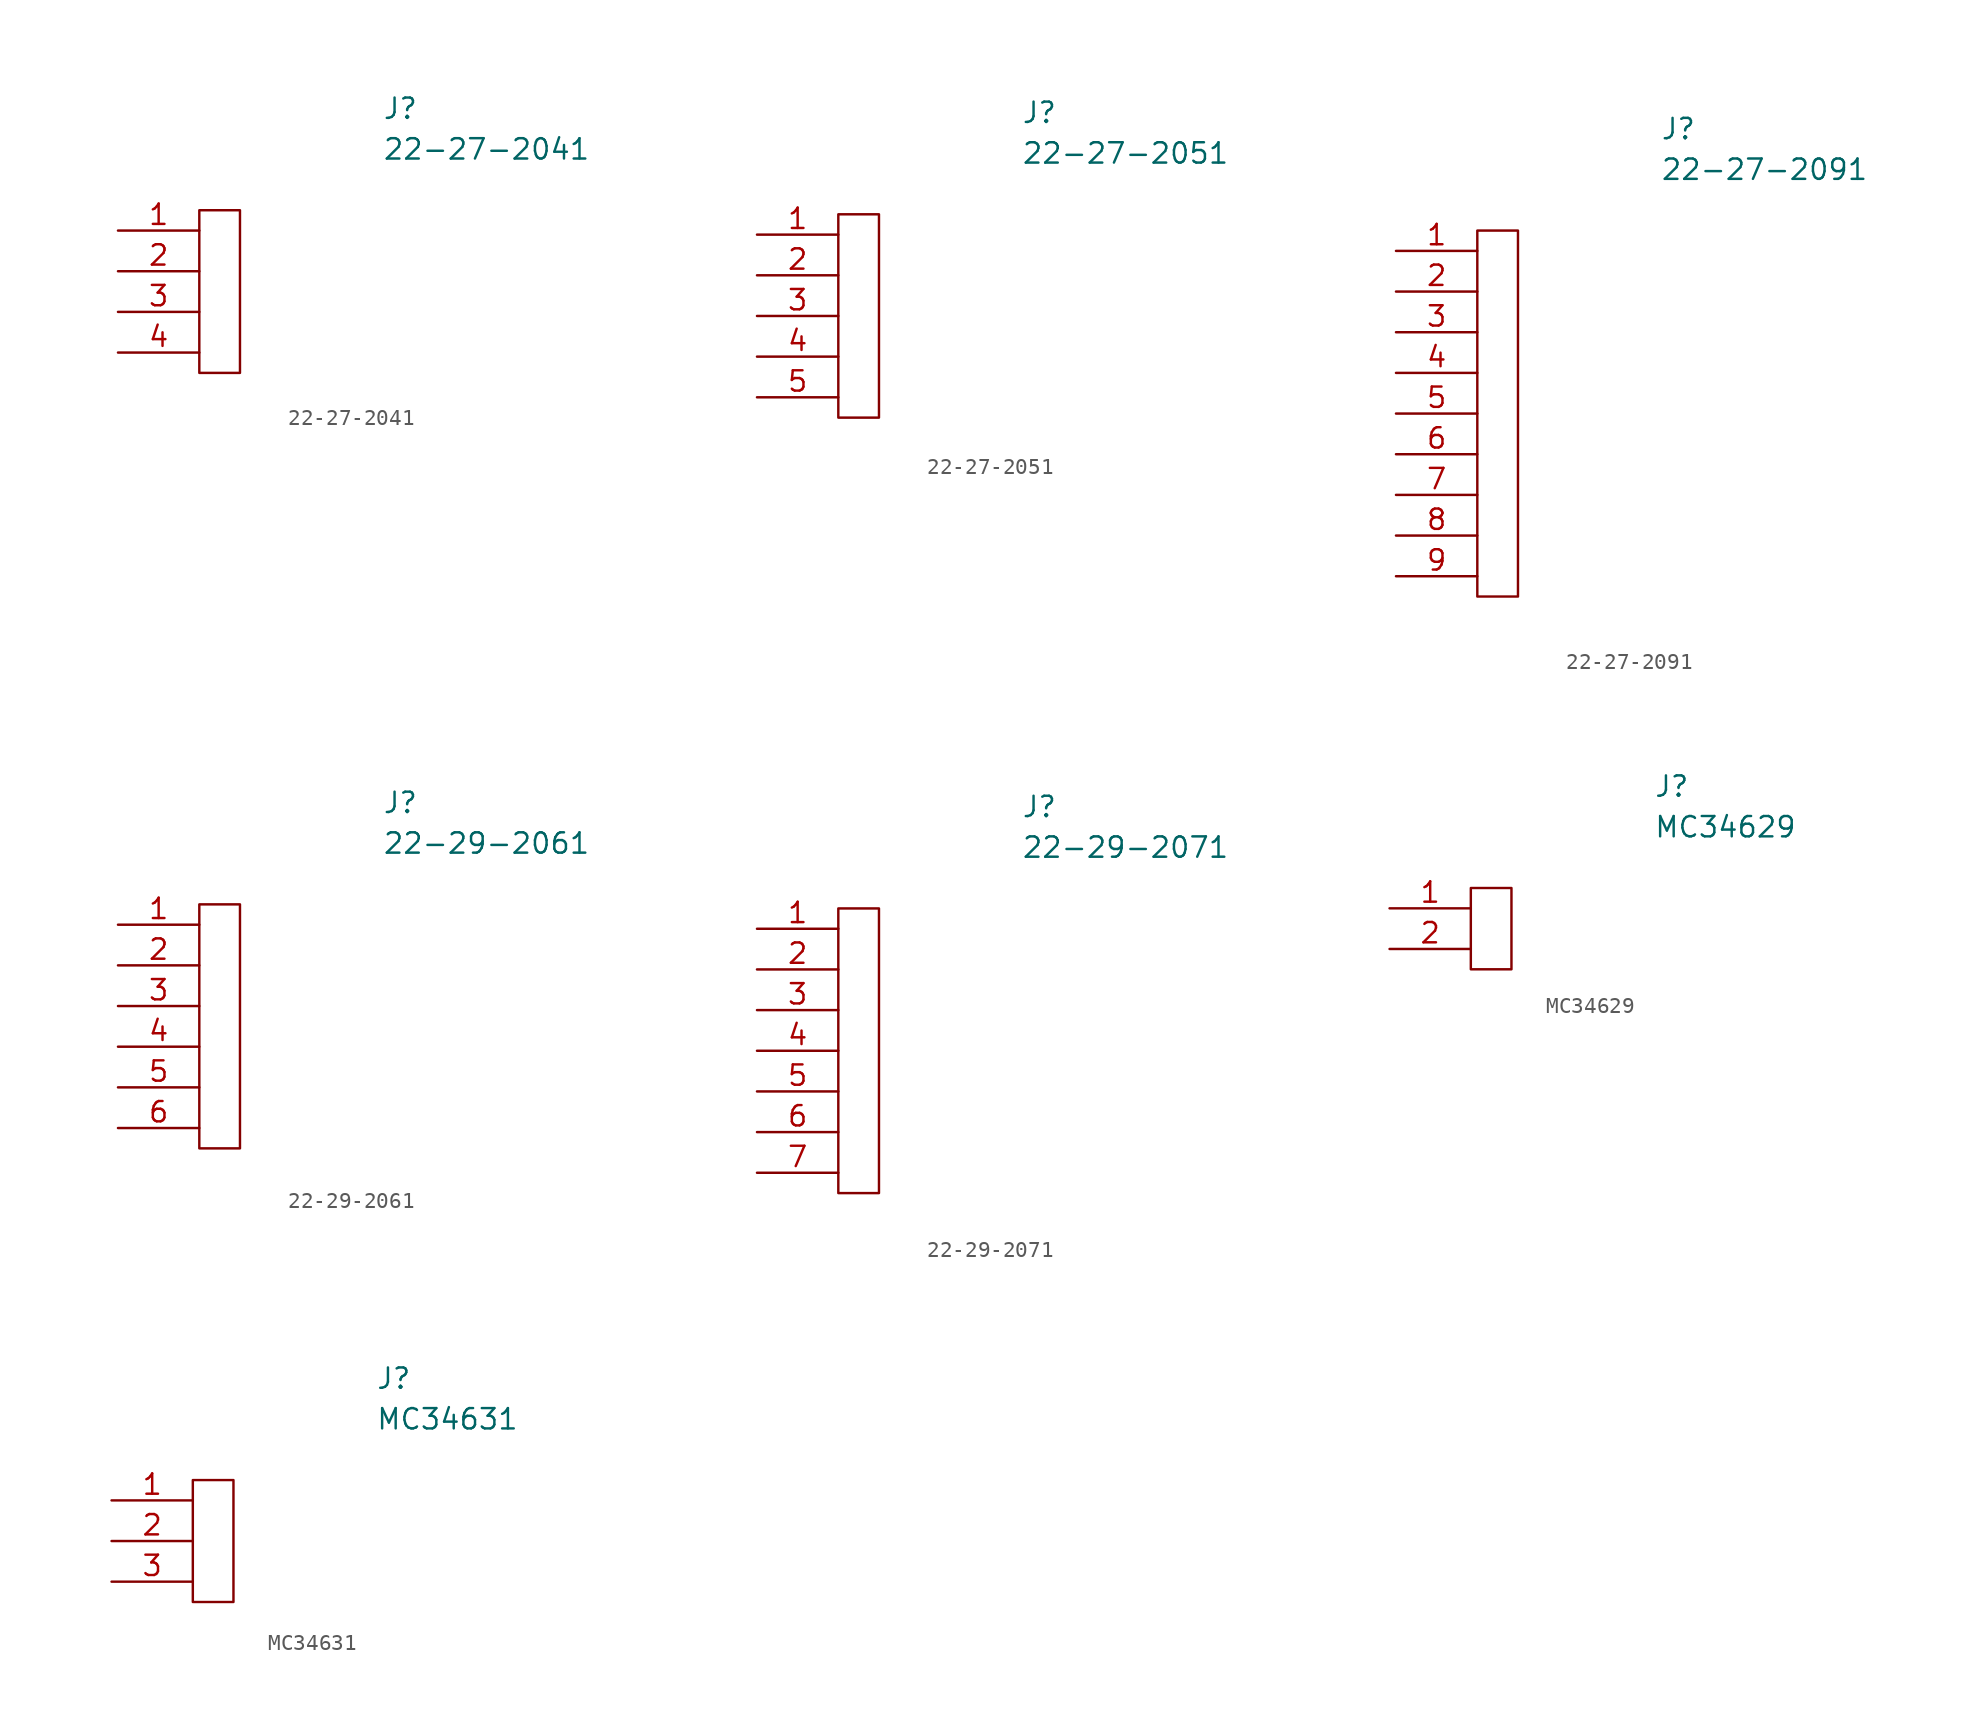
<source format=kicad_sym>
(kicad_symbol_lib
  (version 20220914)
  (generator kicad_symbol_editor)
  (symbol "22-27-2041"
    (pin_names
      (offset 0.762))
    (property "Reference" "J"
      (at 16.51 7.62 0)
      (effects (font (size 1.27 1.27)) (justify left)))
    (property "Value" "22-27-2041"
      (at 16.51 5.08 0)
      (effects (font (size 1.27 1.27)) (justify left)))
    (symbol "22-27-2041_0_1"
      (polyline (pts (xy 5.08 1.27) (xy 7.62 1.27) (xy 7.62 -8.89) (xy 5.08 -8.89) (xy 5.08 1.27)) (stroke (width 0.152) (type solid)) (fill (type none))))
    (symbol "22-27-2041_1_0"
      (pin passive line (at 0 0 0) (length 5.08) (name "" (effects (font (size 1.27 1.27)))) (number "1" (effects (font (size 1.27 1.27)))))
      (pin passive line (at 0 -2.54 0) (length 5.08) (name "" (effects (font (size 1.27 1.27)))) (number "2" (effects (font (size 1.27 1.27)))))
      (pin passive line (at 0 -5.08 0) (length 5.08) (name "" (effects (font (size 1.27 1.27)))) (number "3" (effects (font (size 1.27 1.27)))))
      (pin passive line (at 0 -7.62 0) (length 5.08) (name "" (effects (font (size 1.27 1.27)))) (number "4" (effects (font (size 1.27 1.27)))))))
  (symbol "22-27-2051"
    (pin_names
      (offset 0.762))
    (property "Reference" "J"
      (at 16.51 7.62 0)
      (effects (font (size 1.27 1.27)) (justify left)))
    (property "Value" "22-27-2051"
      (at 16.51 5.08 0)
      (effects (font (size 1.27 1.27)) (justify left)))
    (symbol "22-27-2051_0_1"
      (polyline (pts (xy 5.08 1.27) (xy 7.62 1.27) (xy 7.62 -11.43) (xy 5.08 -11.43) (xy 5.08 1.27)) (stroke (width 0.152) (type solid)) (fill (type none))))
    (symbol "22-27-2051_1_0"
      (pin passive line (at 0 0 0) (length 5.08) (name "" (effects (font (size 1.27 1.27)))) (number "1" (effects (font (size 1.27 1.27)))))
      (pin passive line (at 0 -2.54 0) (length 5.08) (name "" (effects (font (size 1.27 1.27)))) (number "2" (effects (font (size 1.27 1.27)))))
      (pin passive line (at 0 -5.08 0) (length 5.08) (name "" (effects (font (size 1.27 1.27)))) (number "3" (effects (font (size 1.27 1.27)))))
      (pin passive line (at 0 -7.62 0) (length 5.08) (name "" (effects (font (size 1.27 1.27)))) (number "4" (effects (font (size 1.27 1.27)))))
      (pin passive line (at 0 -10.16 0) (length 5.08) (name "" (effects (font (size 1.27 1.27)))) (number "5" (effects (font (size 1.27 1.27)))))))
  (symbol "22-27-2091"
    (pin_names
      (offset 0.762))
    (property "Reference" "J"
      (at 16.51 7.62 0)
      (effects (font (size 1.27 1.27)) (justify left)))
    (property "Value" "22-27-2091"
      (at 16.51 5.08 0)
      (effects (font (size 1.27 1.27)) (justify left)))
    (symbol "22-27-2091_0_1"
      (polyline (pts (xy 5.08 1.27) (xy 7.62 1.27) (xy 7.62 -21.59) (xy 5.08 -21.59) (xy 5.08 1.27)) (stroke (width 0.152) (type solid)) (fill (type none))))
    (symbol "22-27-2091_1_0"
      (pin passive line (at 0 0 0) (length 5.08) (name "" (effects (font (size 1.27 1.27)))) (number "1" (effects (font (size 1.27 1.27)))))
      (pin passive line (at 0 -2.54 0) (length 5.08) (name "" (effects (font (size 1.27 1.27)))) (number "2" (effects (font (size 1.27 1.27)))))
      (pin passive line (at 0 -5.08 0) (length 5.08) (name "" (effects (font (size 1.27 1.27)))) (number "3" (effects (font (size 1.27 1.27)))))
      (pin passive line (at 0 -7.62 0) (length 5.08) (name "" (effects (font (size 1.27 1.27)))) (number "4" (effects (font (size 1.27 1.27)))))
      (pin passive line (at 0 -10.16 0) (length 5.08) (name "" (effects (font (size 1.27 1.27)))) (number "5" (effects (font (size 1.27 1.27)))))
      (pin passive line (at 0 -12.7 0) (length 5.08) (name "" (effects (font (size 1.27 1.27)))) (number "6" (effects (font (size 1.27 1.27)))))
      (pin passive line (at 0 -15.24 0) (length 5.08) (name "" (effects (font (size 1.27 1.27)))) (number "7" (effects (font (size 1.27 1.27)))))
      (pin passive line (at 0 -17.78 0) (length 5.08) (name "" (effects (font (size 1.27 1.27)))) (number "8" (effects (font (size 1.27 1.27)))))
      (pin passive line (at 0 -20.32 0) (length 5.08) (name "" (effects (font (size 1.27 1.27)))) (number "9" (effects (font (size 1.27 1.27)))))))
  (symbol "22-29-2061"
    (pin_names
      (offset 0.762))
    (property "Reference" "J"
      (at 16.51 7.62 0)
      (effects (font (size 1.27 1.27)) (justify left)))
    (property "Value" "22-29-2061"
      (at 16.51 5.08 0)
      (effects (font (size 1.27 1.27)) (justify left)))
    (symbol "22-29-2061_0_1"
      (polyline (pts (xy 5.08 1.27) (xy 7.62 1.27) (xy 7.62 -13.97) (xy 5.08 -13.97) (xy 5.08 1.27)) (stroke (width 0.152) (type solid)) (fill (type none))))
    (symbol "22-29-2061_1_0"
      (pin passive line (at 0 0 0) (length 5.08) (name "" (effects (font (size 1.27 1.27)))) (number "1" (effects (font (size 1.27 1.27)))))
      (pin passive line (at 0 -2.54 0) (length 5.08) (name "" (effects (font (size 1.27 1.27)))) (number "2" (effects (font (size 1.27 1.27)))))
      (pin passive line (at 0 -5.08 0) (length 5.08) (name "" (effects (font (size 1.27 1.27)))) (number "3" (effects (font (size 1.27 1.27)))))
      (pin passive line (at 0 -7.62 0) (length 5.08) (name "" (effects (font (size 1.27 1.27)))) (number "4" (effects (font (size 1.27 1.27)))))
      (pin passive line (at 0 -10.16 0) (length 5.08) (name "" (effects (font (size 1.27 1.27)))) (number "5" (effects (font (size 1.27 1.27)))))
      (pin passive line (at 0 -12.7 0) (length 5.08) (name "" (effects (font (size 1.27 1.27)))) (number "6" (effects (font (size 1.27 1.27)))))))
  (symbol "22-29-2071"
    (pin_names
      (offset 0.762))
    (property "Reference" "J"
      (at 16.51 7.62 0)
      (effects (font (size 1.27 1.27)) (justify left)))
    (property "Value" "22-29-2071"
      (at 16.51 5.08 0)
      (effects (font (size 1.27 1.27)) (justify left)))
    (symbol "22-29-2071_0_1"
      (polyline (pts (xy 5.08 1.27) (xy 7.62 1.27) (xy 7.62 -16.51) (xy 5.08 -16.51) (xy 5.08 1.27)) (stroke (width 0.152) (type solid)) (fill (type none))))
    (symbol "22-29-2071_1_0"
      (pin passive line (at 0 0 0) (length 5.08) (name "" (effects (font (size 1.27 1.27)))) (number "1" (effects (font (size 1.27 1.27)))))
      (pin passive line (at 0 -2.54 0) (length 5.08) (name "" (effects (font (size 1.27 1.27)))) (number "2" (effects (font (size 1.27 1.27)))))
      (pin passive line (at 0 -5.08 0) (length 5.08) (name "" (effects (font (size 1.27 1.27)))) (number "3" (effects (font (size 1.27 1.27)))))
      (pin passive line (at 0 -7.62 0) (length 5.08) (name "" (effects (font (size 1.27 1.27)))) (number "4" (effects (font (size 1.27 1.27)))))
      (pin passive line (at 0 -10.16 0) (length 5.08) (name "" (effects (font (size 1.27 1.27)))) (number "5" (effects (font (size 1.27 1.27)))))
      (pin passive line (at 0 -12.7 0) (length 5.08) (name "" (effects (font (size 1.27 1.27)))) (number "6" (effects (font (size 1.27 1.27)))))
      (pin passive line (at 0 -15.24 0) (length 5.08) (name "" (effects (font (size 1.27 1.27)))) (number "7" (effects (font (size 1.27 1.27)))))))
  (symbol "MC34629"
    (pin_names
      (offset 0.762))
    (property "Reference" "J"
      (at 16.51 7.62 0)
      (effects (font (size 1.27 1.27)) (justify left)))
    (property "Value" "MC34629"
      (at 16.51 5.08 0)
      (effects (font (size 1.27 1.27)) (justify left)))
    (symbol "MC34629_0_1"
      (polyline (pts (xy 5.08 1.27) (xy 7.62 1.27) (xy 7.62 -3.81) (xy 5.08 -3.81) (xy 5.08 1.27)) (stroke (width 0.152) (type solid)) (fill (type none))))
    (symbol "MC34629_1_0"
      (pin passive line (at 0 0 0) (length 5.08) (name "" (effects (font (size 1.27 1.27)))) (number "1" (effects (font (size 1.27 1.27)))))
      (pin passive line (at 0 -2.54 0) (length 5.08) (name "" (effects (font (size 1.27 1.27)))) (number "2" (effects (font (size 1.27 1.27)))))))
  (symbol "MC34631"
    (pin_names
      (offset 0.762))
    (property "Reference" "J"
      (at 16.51 7.62 0)
      (effects (font (size 1.27 1.27)) (justify left)))
    (property "Value" "MC34631"
      (at 16.51 5.08 0)
      (effects (font (size 1.27 1.27)) (justify left)))
    (symbol "MC34631_0_1"
      (polyline (pts (xy 5.08 1.27) (xy 7.62 1.27) (xy 7.62 -6.35) (xy 5.08 -6.35) (xy 5.08 1.27)) (stroke (width 0.152) (type solid)) (fill (type none))))
    (symbol "MC34631_1_0"
      (pin passive line (at 0 0 0) (length 5.08) (name "" (effects (font (size 1.27 1.27)))) (number "1" (effects (font (size 1.27 1.27)))))
      (pin passive line (at 0 -2.54 0) (length 5.08) (name "" (effects (font (size 1.27 1.27)))) (number "2" (effects (font (size 1.27 1.27)))))
      (pin passive line (at 0 -5.08 0) (length 5.08) (name "" (effects (font (size 1.27 1.27)))) (number "3" (effects (font (size 1.27 1.27))))))))
</source>
